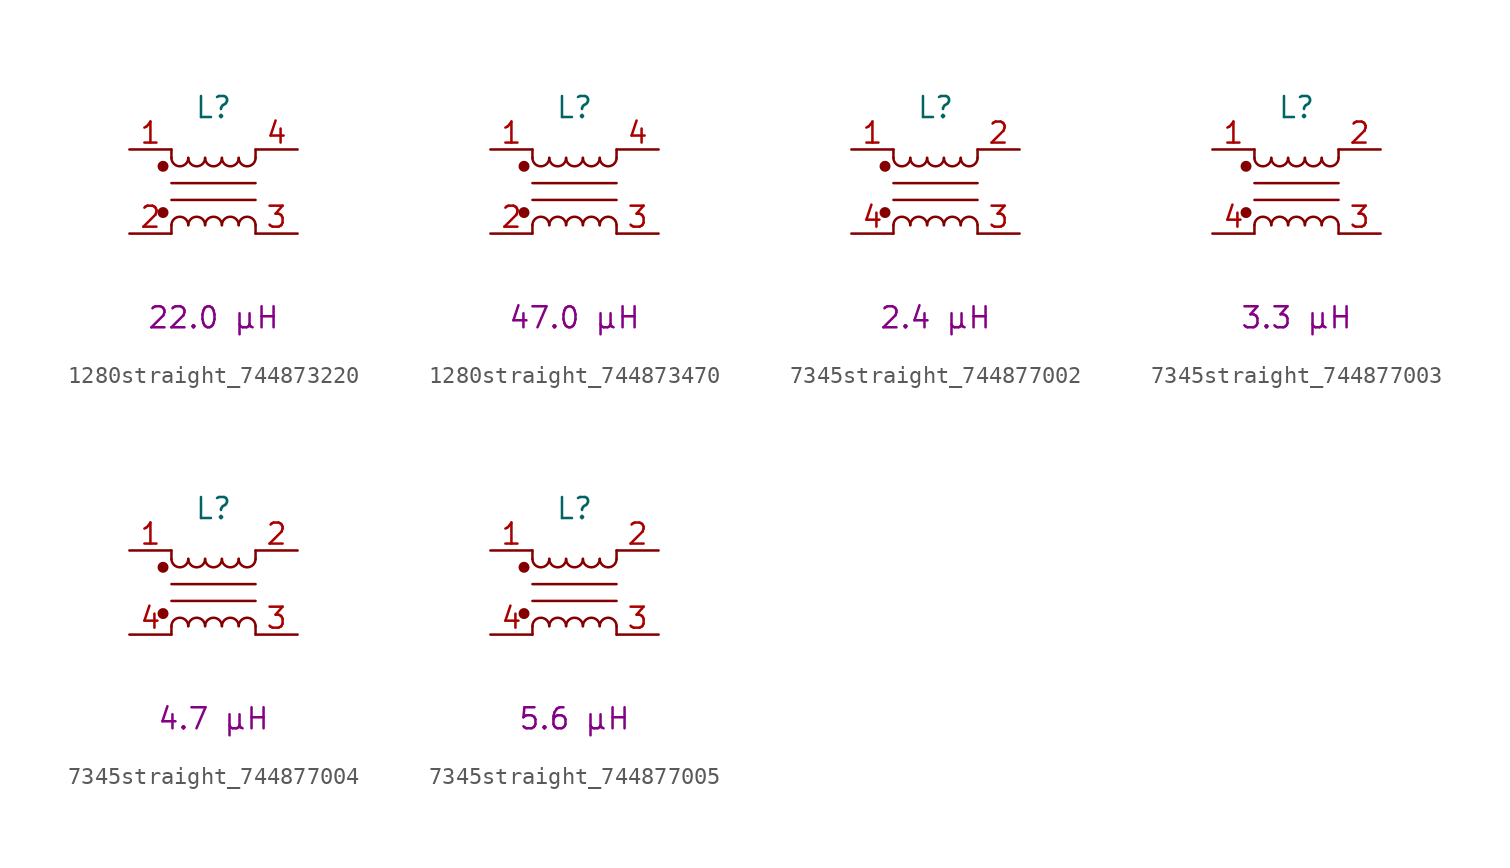
<source format=kicad_sym>
(kicad_symbol_lib
  (version 20220914)
  (generator kicad_symbol_editor)
  (symbol "1280straight_744873220"
    (pin_names hide)
    (property "Reference" "L"
      (at 0 5.08 0)
      (effects (font (size 1.27 1.27))))
    (property "Critical Parameter" "22.0 µH"
      (at 0 -7.62 0)
      (effects (font (size 1.27 1.27))))
    (symbol "1280straight_744873220_0_1"
      (circle (center -3.048 -1.27) (radius 0.254) (stroke (width 0) (type default)) (fill (type outline)))
      (circle (center -3.048 1.524) (radius 0.254) (stroke (width 0) (type default)) (fill (type outline)))
      (arc (start -2.54 2.032) (mid -2.032 1.5262) (end -1.524 2.032) (stroke (width 0) (type default)) (fill (type none)))
      (arc (start -1.524 -2.032) (mid -2.032 -1.5262) (end -2.54 -2.032) (stroke (width 0) (type default)) (fill (type none)))
      (arc (start -1.524 2.032) (mid -1.016 1.5262) (end -0.508 2.032) (stroke (width 0) (type default)) (fill (type none)))
      (arc (start -0.508 -2.032) (mid -1.016 -1.5262) (end -1.524 -2.032) (stroke (width 0) (type default)) (fill (type none)))
      (arc (start -0.508 2.032) (mid 0 1.5262) (end 0.508 2.032) (stroke (width 0) (type default)) (fill (type none)))
      (polyline (pts (xy -2.54 -2.032) (xy -2.54 -2.54)) (stroke (width 0) (type default)) (fill (type none)))
      (polyline (pts (xy -2.54 0.508) (xy 2.54 0.508)) (stroke (width 0) (type default)) (fill (type none)))
      (polyline (pts (xy -2.54 2.032) (xy -2.54 2.54)) (stroke (width 0) (type default)) (fill (type none)))
      (polyline (pts (xy 2.54 -2.032) (xy 2.54 -2.54)) (stroke (width 0) (type default)) (fill (type none)))
      (polyline (pts (xy 2.54 -0.508) (xy -2.54 -0.508)) (stroke (width 0) (type default)) (fill (type none)))
      (polyline (pts (xy 2.54 2.54) (xy 2.54 2.032)) (stroke (width 0) (type default)) (fill (type none)))
      (arc (start 0.508 -2.032) (mid 0 -1.5262) (end -0.508 -2.032) (stroke (width 0) (type default)) (fill (type none)))
      (arc (start 0.508 2.032) (mid 1.016 1.5262) (end 1.524 2.032) (stroke (width 0) (type default)) (fill (type none)))
      (arc (start 1.524 -2.032) (mid 1.016 -1.5262) (end 0.508 -2.032) (stroke (width 0) (type default)) (fill (type none)))
      (arc (start 1.524 2.032) (mid 2.032 1.5262) (end 2.54 2.032) (stroke (width 0) (type default)) (fill (type none)))
      (arc (start 2.54 -2.032) (mid 2.032 -1.5262) (end 1.524 -2.032) (stroke (width 0) (type default)) (fill (type none))))
    (symbol "1280straight_744873220_1_1"
      (pin passive line (at -5.08 2.54 0) (length 2.54) (name "1" (effects (font (size 1.27 1.27)))) (number "1" (effects (font (size 1.27 1.27)))))
      (pin passive line (at -5.08 -2.54 0) (length 2.54) (name "2" (effects (font (size 1.27 1.27)))) (number "2" (effects (font (size 1.27 1.27)))))
      (pin passive line (at 5.08 -2.54 180) (length 2.54) (name "3" (effects (font (size 1.27 1.27)))) (number "3" (effects (font (size 1.27 1.27)))))
      (pin passive line (at 5.08 2.54 180) (length 2.54) (name "4" (effects (font (size 1.27 1.27)))) (number "4" (effects (font (size 1.27 1.27)))))))
  (symbol "1280straight_744873470"
    (pin_names hide)
    (property "Reference" "L"
      (at 0 5.08 0)
      (effects (font (size 1.27 1.27))))
    (property "Critical Parameter" "47.0 µH"
      (at 0 -7.62 0)
      (effects (font (size 1.27 1.27))))
    (symbol "1280straight_744873470_0_1"
      (circle (center -3.048 -1.27) (radius 0.254) (stroke (width 0) (type default)) (fill (type outline)))
      (circle (center -3.048 1.524) (radius 0.254) (stroke (width 0) (type default)) (fill (type outline)))
      (arc (start -2.54 2.032) (mid -2.032 1.5262) (end -1.524 2.032) (stroke (width 0) (type default)) (fill (type none)))
      (arc (start -1.524 -2.032) (mid -2.032 -1.5262) (end -2.54 -2.032) (stroke (width 0) (type default)) (fill (type none)))
      (arc (start -1.524 2.032) (mid -1.016 1.5262) (end -0.508 2.032) (stroke (width 0) (type default)) (fill (type none)))
      (arc (start -0.508 -2.032) (mid -1.016 -1.5262) (end -1.524 -2.032) (stroke (width 0) (type default)) (fill (type none)))
      (arc (start -0.508 2.032) (mid 0 1.5262) (end 0.508 2.032) (stroke (width 0) (type default)) (fill (type none)))
      (polyline (pts (xy -2.54 -2.032) (xy -2.54 -2.54)) (stroke (width 0) (type default)) (fill (type none)))
      (polyline (pts (xy -2.54 0.508) (xy 2.54 0.508)) (stroke (width 0) (type default)) (fill (type none)))
      (polyline (pts (xy -2.54 2.032) (xy -2.54 2.54)) (stroke (width 0) (type default)) (fill (type none)))
      (polyline (pts (xy 2.54 -2.032) (xy 2.54 -2.54)) (stroke (width 0) (type default)) (fill (type none)))
      (polyline (pts (xy 2.54 -0.508) (xy -2.54 -0.508)) (stroke (width 0) (type default)) (fill (type none)))
      (polyline (pts (xy 2.54 2.54) (xy 2.54 2.032)) (stroke (width 0) (type default)) (fill (type none)))
      (arc (start 0.508 -2.032) (mid 0 -1.5262) (end -0.508 -2.032) (stroke (width 0) (type default)) (fill (type none)))
      (arc (start 0.508 2.032) (mid 1.016 1.5262) (end 1.524 2.032) (stroke (width 0) (type default)) (fill (type none)))
      (arc (start 1.524 -2.032) (mid 1.016 -1.5262) (end 0.508 -2.032) (stroke (width 0) (type default)) (fill (type none)))
      (arc (start 1.524 2.032) (mid 2.032 1.5262) (end 2.54 2.032) (stroke (width 0) (type default)) (fill (type none)))
      (arc (start 2.54 -2.032) (mid 2.032 -1.5262) (end 1.524 -2.032) (stroke (width 0) (type default)) (fill (type none))))
    (symbol "1280straight_744873470_1_1"
      (pin passive line (at -5.08 2.54 0) (length 2.54) (name "1" (effects (font (size 1.27 1.27)))) (number "1" (effects (font (size 1.27 1.27)))))
      (pin passive line (at -5.08 -2.54 0) (length 2.54) (name "2" (effects (font (size 1.27 1.27)))) (number "2" (effects (font (size 1.27 1.27)))))
      (pin passive line (at 5.08 -2.54 180) (length 2.54) (name "3" (effects (font (size 1.27 1.27)))) (number "3" (effects (font (size 1.27 1.27)))))
      (pin passive line (at 5.08 2.54 180) (length 2.54) (name "4" (effects (font (size 1.27 1.27)))) (number "4" (effects (font (size 1.27 1.27)))))))
  (symbol "7345straight_744877002"
    (pin_names hide)
    (property "Reference" "L"
      (at 0 5.08 0)
      (effects (font (size 1.27 1.27))))
    (property "Critical Parameter" "2.4 µH"
      (at 0 -7.62 0)
      (effects (font (size 1.27 1.27))))
    (symbol "7345straight_744877002_0_1"
      (circle (center -3.048 -1.27) (radius 0.254) (stroke (width 0) (type default)) (fill (type outline)))
      (circle (center -3.048 1.524) (radius 0.254) (stroke (width 0) (type default)) (fill (type outline)))
      (arc (start -2.54 2.032) (mid -2.032 1.5262) (end -1.524 2.032) (stroke (width 0) (type default)) (fill (type none)))
      (arc (start -1.524 -2.032) (mid -2.032 -1.5262) (end -2.54 -2.032) (stroke (width 0) (type default)) (fill (type none)))
      (arc (start -1.524 2.032) (mid -1.016 1.5262) (end -0.508 2.032) (stroke (width 0) (type default)) (fill (type none)))
      (arc (start -0.508 -2.032) (mid -1.016 -1.5262) (end -1.524 -2.032) (stroke (width 0) (type default)) (fill (type none)))
      (arc (start -0.508 2.032) (mid 0 1.5262) (end 0.508 2.032) (stroke (width 0) (type default)) (fill (type none)))
      (polyline (pts (xy -2.54 -2.032) (xy -2.54 -2.54)) (stroke (width 0) (type default)) (fill (type none)))
      (polyline (pts (xy -2.54 0.508) (xy 2.54 0.508)) (stroke (width 0) (type default)) (fill (type none)))
      (polyline (pts (xy -2.54 2.032) (xy -2.54 2.54)) (stroke (width 0) (type default)) (fill (type none)))
      (polyline (pts (xy 2.54 -2.032) (xy 2.54 -2.54)) (stroke (width 0) (type default)) (fill (type none)))
      (polyline (pts (xy 2.54 -0.508) (xy -2.54 -0.508)) (stroke (width 0) (type default)) (fill (type none)))
      (polyline (pts (xy 2.54 2.54) (xy 2.54 2.032)) (stroke (width 0) (type default)) (fill (type none)))
      (arc (start 0.508 -2.032) (mid 0 -1.5262) (end -0.508 -2.032) (stroke (width 0) (type default)) (fill (type none)))
      (arc (start 0.508 2.032) (mid 1.016 1.5262) (end 1.524 2.032) (stroke (width 0) (type default)) (fill (type none)))
      (arc (start 1.524 -2.032) (mid 1.016 -1.5262) (end 0.508 -2.032) (stroke (width 0) (type default)) (fill (type none)))
      (arc (start 1.524 2.032) (mid 2.032 1.5262) (end 2.54 2.032) (stroke (width 0) (type default)) (fill (type none)))
      (arc (start 2.54 -2.032) (mid 2.032 -1.5262) (end 1.524 -2.032) (stroke (width 0) (type default)) (fill (type none))))
    (symbol "7345straight_744877002_1_1"
      (pin passive line (at -5.08 2.54 0) (length 2.54) (name "1" (effects (font (size 1.27 1.27)))) (number "1" (effects (font (size 1.27 1.27)))))
      (pin passive line (at 5.08 2.54 180) (length 2.54) (name "2" (effects (font (size 1.27 1.27)))) (number "2" (effects (font (size 1.27 1.27)))))
      (pin passive line (at 5.08 -2.54 180) (length 2.54) (name "3" (effects (font (size 1.27 1.27)))) (number "3" (effects (font (size 1.27 1.27)))))
      (pin passive line (at -5.08 -2.54 0) (length 2.54) (name "4" (effects (font (size 1.27 1.27)))) (number "4" (effects (font (size 1.27 1.27)))))))
  (symbol "7345straight_744877003"
    (pin_names hide)
    (property "Reference" "L"
      (at 0 5.08 0)
      (effects (font (size 1.27 1.27))))
    (property "Critical Parameter" "3.3 µH"
      (at 0 -7.62 0)
      (effects (font (size 1.27 1.27))))
    (symbol "7345straight_744877003_0_1"
      (circle (center -3.048 -1.27) (radius 0.254) (stroke (width 0) (type default)) (fill (type outline)))
      (circle (center -3.048 1.524) (radius 0.254) (stroke (width 0) (type default)) (fill (type outline)))
      (arc (start -2.54 2.032) (mid -2.032 1.5262) (end -1.524 2.032) (stroke (width 0) (type default)) (fill (type none)))
      (arc (start -1.524 -2.032) (mid -2.032 -1.5262) (end -2.54 -2.032) (stroke (width 0) (type default)) (fill (type none)))
      (arc (start -1.524 2.032) (mid -1.016 1.5262) (end -0.508 2.032) (stroke (width 0) (type default)) (fill (type none)))
      (arc (start -0.508 -2.032) (mid -1.016 -1.5262) (end -1.524 -2.032) (stroke (width 0) (type default)) (fill (type none)))
      (arc (start -0.508 2.032) (mid 0 1.5262) (end 0.508 2.032) (stroke (width 0) (type default)) (fill (type none)))
      (polyline (pts (xy -2.54 -2.032) (xy -2.54 -2.54)) (stroke (width 0) (type default)) (fill (type none)))
      (polyline (pts (xy -2.54 0.508) (xy 2.54 0.508)) (stroke (width 0) (type default)) (fill (type none)))
      (polyline (pts (xy -2.54 2.032) (xy -2.54 2.54)) (stroke (width 0) (type default)) (fill (type none)))
      (polyline (pts (xy 2.54 -2.032) (xy 2.54 -2.54)) (stroke (width 0) (type default)) (fill (type none)))
      (polyline (pts (xy 2.54 -0.508) (xy -2.54 -0.508)) (stroke (width 0) (type default)) (fill (type none)))
      (polyline (pts (xy 2.54 2.54) (xy 2.54 2.032)) (stroke (width 0) (type default)) (fill (type none)))
      (arc (start 0.508 -2.032) (mid 0 -1.5262) (end -0.508 -2.032) (stroke (width 0) (type default)) (fill (type none)))
      (arc (start 0.508 2.032) (mid 1.016 1.5262) (end 1.524 2.032) (stroke (width 0) (type default)) (fill (type none)))
      (arc (start 1.524 -2.032) (mid 1.016 -1.5262) (end 0.508 -2.032) (stroke (width 0) (type default)) (fill (type none)))
      (arc (start 1.524 2.032) (mid 2.032 1.5262) (end 2.54 2.032) (stroke (width 0) (type default)) (fill (type none)))
      (arc (start 2.54 -2.032) (mid 2.032 -1.5262) (end 1.524 -2.032) (stroke (width 0) (type default)) (fill (type none))))
    (symbol "7345straight_744877003_1_1"
      (pin passive line (at -5.08 2.54 0) (length 2.54) (name "1" (effects (font (size 1.27 1.27)))) (number "1" (effects (font (size 1.27 1.27)))))
      (pin passive line (at 5.08 2.54 180) (length 2.54) (name "2" (effects (font (size 1.27 1.27)))) (number "2" (effects (font (size 1.27 1.27)))))
      (pin passive line (at 5.08 -2.54 180) (length 2.54) (name "3" (effects (font (size 1.27 1.27)))) (number "3" (effects (font (size 1.27 1.27)))))
      (pin passive line (at -5.08 -2.54 0) (length 2.54) (name "4" (effects (font (size 1.27 1.27)))) (number "4" (effects (font (size 1.27 1.27)))))))
  (symbol "7345straight_744877004"
    (pin_names hide)
    (property "Reference" "L"
      (at 0 5.08 0)
      (effects (font (size 1.27 1.27))))
    (property "Critical Parameter" "4.7 µH"
      (at 0 -7.62 0)
      (effects (font (size 1.27 1.27))))
    (symbol "7345straight_744877004_0_1"
      (circle (center -3.048 -1.27) (radius 0.254) (stroke (width 0) (type default)) (fill (type outline)))
      (circle (center -3.048 1.524) (radius 0.254) (stroke (width 0) (type default)) (fill (type outline)))
      (arc (start -2.54 2.032) (mid -2.032 1.5262) (end -1.524 2.032) (stroke (width 0) (type default)) (fill (type none)))
      (arc (start -1.524 -2.032) (mid -2.032 -1.5262) (end -2.54 -2.032) (stroke (width 0) (type default)) (fill (type none)))
      (arc (start -1.524 2.032) (mid -1.016 1.5262) (end -0.508 2.032) (stroke (width 0) (type default)) (fill (type none)))
      (arc (start -0.508 -2.032) (mid -1.016 -1.5262) (end -1.524 -2.032) (stroke (width 0) (type default)) (fill (type none)))
      (arc (start -0.508 2.032) (mid 0 1.5262) (end 0.508 2.032) (stroke (width 0) (type default)) (fill (type none)))
      (polyline (pts (xy -2.54 -2.032) (xy -2.54 -2.54)) (stroke (width 0) (type default)) (fill (type none)))
      (polyline (pts (xy -2.54 0.508) (xy 2.54 0.508)) (stroke (width 0) (type default)) (fill (type none)))
      (polyline (pts (xy -2.54 2.032) (xy -2.54 2.54)) (stroke (width 0) (type default)) (fill (type none)))
      (polyline (pts (xy 2.54 -2.032) (xy 2.54 -2.54)) (stroke (width 0) (type default)) (fill (type none)))
      (polyline (pts (xy 2.54 -0.508) (xy -2.54 -0.508)) (stroke (width 0) (type default)) (fill (type none)))
      (polyline (pts (xy 2.54 2.54) (xy 2.54 2.032)) (stroke (width 0) (type default)) (fill (type none)))
      (arc (start 0.508 -2.032) (mid 0 -1.5262) (end -0.508 -2.032) (stroke (width 0) (type default)) (fill (type none)))
      (arc (start 0.508 2.032) (mid 1.016 1.5262) (end 1.524 2.032) (stroke (width 0) (type default)) (fill (type none)))
      (arc (start 1.524 -2.032) (mid 1.016 -1.5262) (end 0.508 -2.032) (stroke (width 0) (type default)) (fill (type none)))
      (arc (start 1.524 2.032) (mid 2.032 1.5262) (end 2.54 2.032) (stroke (width 0) (type default)) (fill (type none)))
      (arc (start 2.54 -2.032) (mid 2.032 -1.5262) (end 1.524 -2.032) (stroke (width 0) (type default)) (fill (type none))))
    (symbol "7345straight_744877004_1_1"
      (pin passive line (at -5.08 2.54 0) (length 2.54) (name "1" (effects (font (size 1.27 1.27)))) (number "1" (effects (font (size 1.27 1.27)))))
      (pin passive line (at 5.08 2.54 180) (length 2.54) (name "2" (effects (font (size 1.27 1.27)))) (number "2" (effects (font (size 1.27 1.27)))))
      (pin passive line (at 5.08 -2.54 180) (length 2.54) (name "3" (effects (font (size 1.27 1.27)))) (number "3" (effects (font (size 1.27 1.27)))))
      (pin passive line (at -5.08 -2.54 0) (length 2.54) (name "4" (effects (font (size 1.27 1.27)))) (number "4" (effects (font (size 1.27 1.27)))))))
  (symbol "7345straight_744877005"
    (pin_names hide)
    (property "Reference" "L"
      (at 0 5.08 0)
      (effects (font (size 1.27 1.27))))
    (property "Critical Parameter" "5.6 µH"
      (at 0 -7.62 0)
      (effects (font (size 1.27 1.27))))
    (symbol "7345straight_744877005_0_1"
      (circle (center -3.048 -1.27) (radius 0.254) (stroke (width 0) (type default)) (fill (type outline)))
      (circle (center -3.048 1.524) (radius 0.254) (stroke (width 0) (type default)) (fill (type outline)))
      (arc (start -2.54 2.032) (mid -2.032 1.5262) (end -1.524 2.032) (stroke (width 0) (type default)) (fill (type none)))
      (arc (start -1.524 -2.032) (mid -2.032 -1.5262) (end -2.54 -2.032) (stroke (width 0) (type default)) (fill (type none)))
      (arc (start -1.524 2.032) (mid -1.016 1.5262) (end -0.508 2.032) (stroke (width 0) (type default)) (fill (type none)))
      (arc (start -0.508 -2.032) (mid -1.016 -1.5262) (end -1.524 -2.032) (stroke (width 0) (type default)) (fill (type none)))
      (arc (start -0.508 2.032) (mid 0 1.5262) (end 0.508 2.032) (stroke (width 0) (type default)) (fill (type none)))
      (polyline (pts (xy -2.54 -2.032) (xy -2.54 -2.54)) (stroke (width 0) (type default)) (fill (type none)))
      (polyline (pts (xy -2.54 0.508) (xy 2.54 0.508)) (stroke (width 0) (type default)) (fill (type none)))
      (polyline (pts (xy -2.54 2.032) (xy -2.54 2.54)) (stroke (width 0) (type default)) (fill (type none)))
      (polyline (pts (xy 2.54 -2.032) (xy 2.54 -2.54)) (stroke (width 0) (type default)) (fill (type none)))
      (polyline (pts (xy 2.54 -0.508) (xy -2.54 -0.508)) (stroke (width 0) (type default)) (fill (type none)))
      (polyline (pts (xy 2.54 2.54) (xy 2.54 2.032)) (stroke (width 0) (type default)) (fill (type none)))
      (arc (start 0.508 -2.032) (mid 0 -1.5262) (end -0.508 -2.032) (stroke (width 0) (type default)) (fill (type none)))
      (arc (start 0.508 2.032) (mid 1.016 1.5262) (end 1.524 2.032) (stroke (width 0) (type default)) (fill (type none)))
      (arc (start 1.524 -2.032) (mid 1.016 -1.5262) (end 0.508 -2.032) (stroke (width 0) (type default)) (fill (type none)))
      (arc (start 1.524 2.032) (mid 2.032 1.5262) (end 2.54 2.032) (stroke (width 0) (type default)) (fill (type none)))
      (arc (start 2.54 -2.032) (mid 2.032 -1.5262) (end 1.524 -2.032) (stroke (width 0) (type default)) (fill (type none))))
    (symbol "7345straight_744877005_1_1"
      (pin passive line (at -5.08 2.54 0) (length 2.54) (name "1" (effects (font (size 1.27 1.27)))) (number "1" (effects (font (size 1.27 1.27)))))
      (pin passive line (at 5.08 2.54 180) (length 2.54) (name "2" (effects (font (size 1.27 1.27)))) (number "2" (effects (font (size 1.27 1.27)))))
      (pin passive line (at 5.08 -2.54 180) (length 2.54) (name "3" (effects (font (size 1.27 1.27)))) (number "3" (effects (font (size 1.27 1.27)))))
      (pin passive line (at -5.08 -2.54 0) (length 2.54) (name "4" (effects (font (size 1.27 1.27)))) (number "4" (effects (font (size 1.27 1.27))))))))
</source>
